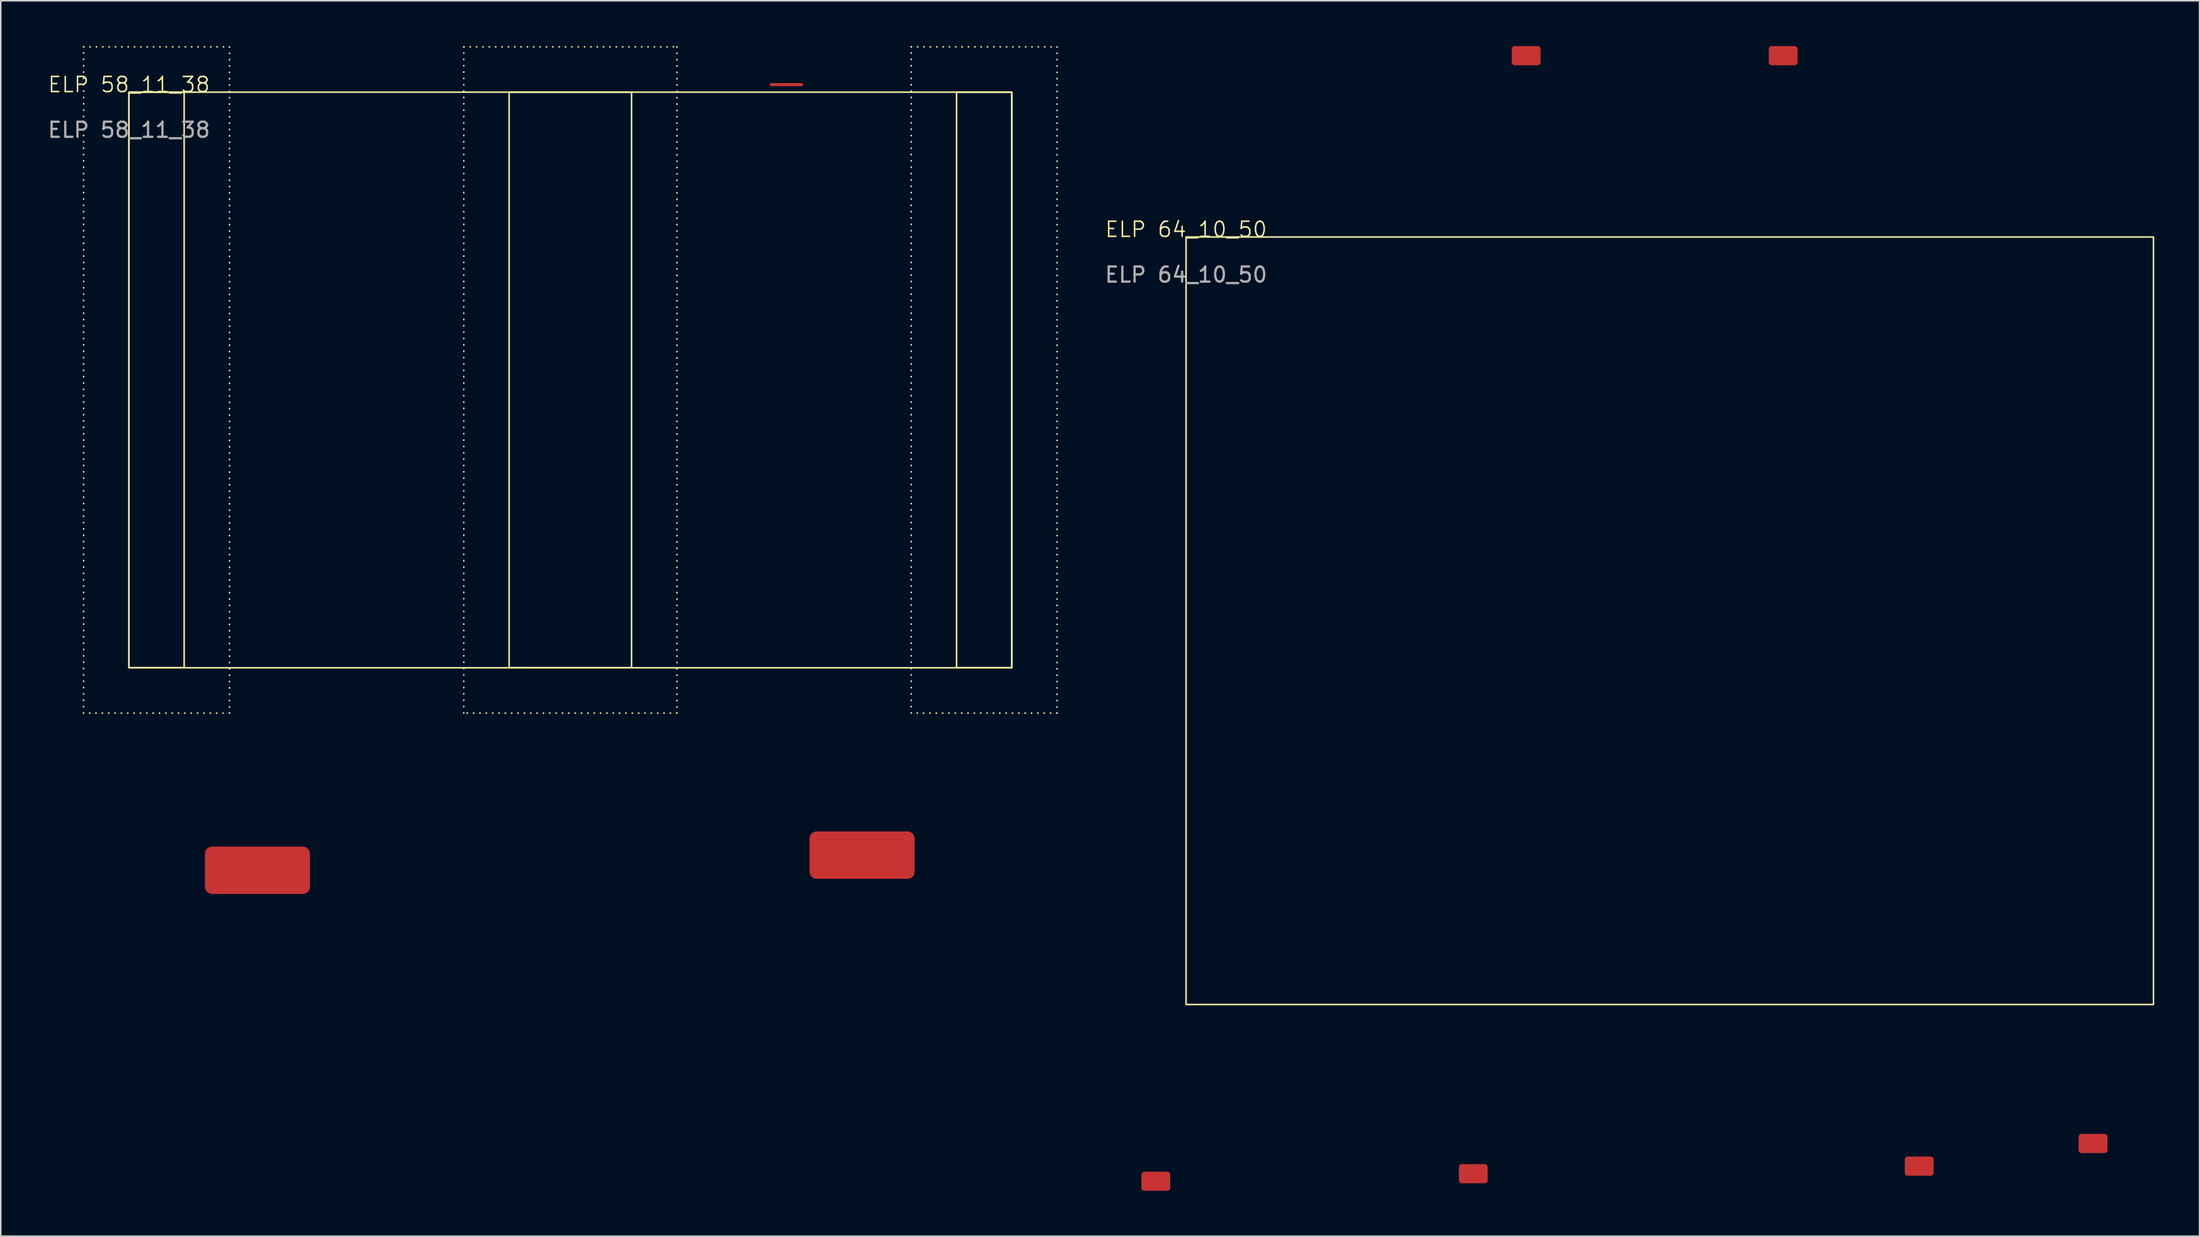
<source format=kicad_pcb>
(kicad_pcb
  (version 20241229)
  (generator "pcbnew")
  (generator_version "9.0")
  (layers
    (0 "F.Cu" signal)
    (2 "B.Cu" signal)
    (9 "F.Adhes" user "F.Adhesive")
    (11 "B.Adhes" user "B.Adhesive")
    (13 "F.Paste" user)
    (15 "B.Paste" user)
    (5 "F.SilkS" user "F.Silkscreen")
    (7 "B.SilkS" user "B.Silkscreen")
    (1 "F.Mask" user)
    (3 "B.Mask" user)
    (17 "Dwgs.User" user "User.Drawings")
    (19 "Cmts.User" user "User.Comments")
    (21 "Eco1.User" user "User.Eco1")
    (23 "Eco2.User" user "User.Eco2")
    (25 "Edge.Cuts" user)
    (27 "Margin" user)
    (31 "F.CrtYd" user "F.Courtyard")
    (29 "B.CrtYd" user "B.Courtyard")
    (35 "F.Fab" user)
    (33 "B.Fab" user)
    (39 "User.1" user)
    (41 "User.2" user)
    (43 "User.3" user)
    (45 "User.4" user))
  (footprint "ELP 58_11_38"
    (layer "F.Cu")
    (at 5.482 3.05)
    (property "Reference" "ELP 58_11_38" (at 0 -0.5 0) (unlocked yes) (layer "F.SilkS") (effects (font (size 1 1) (thickness 0.1))))
    (attr smd)
    (fp_line (start 44.5 -0.5) (end 42.5 -0.5) (stroke (width 0.2) (type default)) (layer "F.Cu"))
    (fp_rect (start -3 -3) (end 6.65 41.1) (stroke (width 0.1) (type dot)) (fill no) (layer "F.SilkS"))
    (fp_rect (start 0 0) (end 3.65 38.1) (stroke (width 0.1) (type solid)) (fill no) (layer "F.SilkS"))
    (fp_rect (start 0 0) (end 58.4 38.1) (stroke (width 0.1) (type solid)) (fill no) (layer "F.SilkS"))
    (fp_rect (start 22.15 -3) (end 36.25 41.1) (stroke (width 0.1) (type dot)) (fill no) (layer "F.SilkS"))
    (fp_rect (start 25.15 0) (end 33.25 38.1) (stroke (width 0.1) (type solid)) (fill no) (layer "F.SilkS"))
    (fp_rect (start 51.75 -3) (end 61.4 41.1) (stroke (width 0.1) (type dot)) (fill no) (layer "F.SilkS"))
    (fp_rect (start 54.75 0) (end 58.4 38.1) (stroke (width 0.1) (type solid)) (fill no) (layer "F.SilkS"))
    (fp_text user "${REFERENCE}" (at 0 2.5 0) (unlocked yes) (layer "F.Fab") (effects (font (size 1 1) (thickness 0.15))))
    (pad "1" smd roundrect (at 8.5 51.5) (size 6.952 3.135) (layers "F.Cu" "F.Mask" "F.Paste") (roundrect_rratio 0.15))
    (pad "2" smd roundrect (at 48.5 50.5) (size 6.952 3.135) (layers "F.Cu" "F.Mask" "F.Paste") (roundrect_rratio 0.15)))
  (footprint "ELP 64_10_50"
    (layer "F.Cu")
    (at 75.414 12.635)
    (property "Reference" "ELP 64_10_50" (at 0 -0.5 0) (unlocked yes) (layer "F.SilkS") (effects (font (size 1 1) (thickness 0.1))))
    (attr smd)
    (fp_rect (start 0 0) (end 64 50.8) (stroke (width 0.1) (type solid)) (fill no) (layer "F.SilkS"))
    (fp_text user "${REFERENCE}" (at 0 2.5 0) (unlocked yes) (layer "F.Fab") (effects (font (size 1 1) (thickness 0.15))))
    (pad "1" smd roundrect (at 22.5 -12) (size 1.905 1.27) (layers "F.Cu" "F.Mask" "F.Paste") (roundrect_rratio 0.15))
    (pad "2" smd roundrect (at 39.5 -12) (size 1.905 1.27) (layers "F.Cu" "F.Mask" "F.Paste") (roundrect_rratio 0.15))
    (pad "3" smd roundrect (at 60 60) (size 1.905 1.27) (layers "F.Cu" "F.Mask" "F.Paste") (roundrect_rratio 0.15))
    (pad "4" smd roundrect (at 48.5 61.5) (size 1.905 1.27) (layers "F.Cu" "F.Mask" "F.Paste") (roundrect_rratio 0.15))
    (pad "5" smd roundrect (at 19 62) (size 1.905 1.27) (layers "F.Cu" "F.Mask" "F.Paste") (roundrect_rratio 0.15))
    (pad "6" smd roundrect (at -2 62.5) (size 1.905 1.27) (layers "F.Cu" "F.Mask" "F.Paste") (roundrect_rratio 0.15)))
  (gr_rect
    (start -3 -3)
    (end 142.464 78.77)
    (stroke (width 0.1) (type default))
    (fill no)
    (layer "Edge.Cuts")))
</source>
